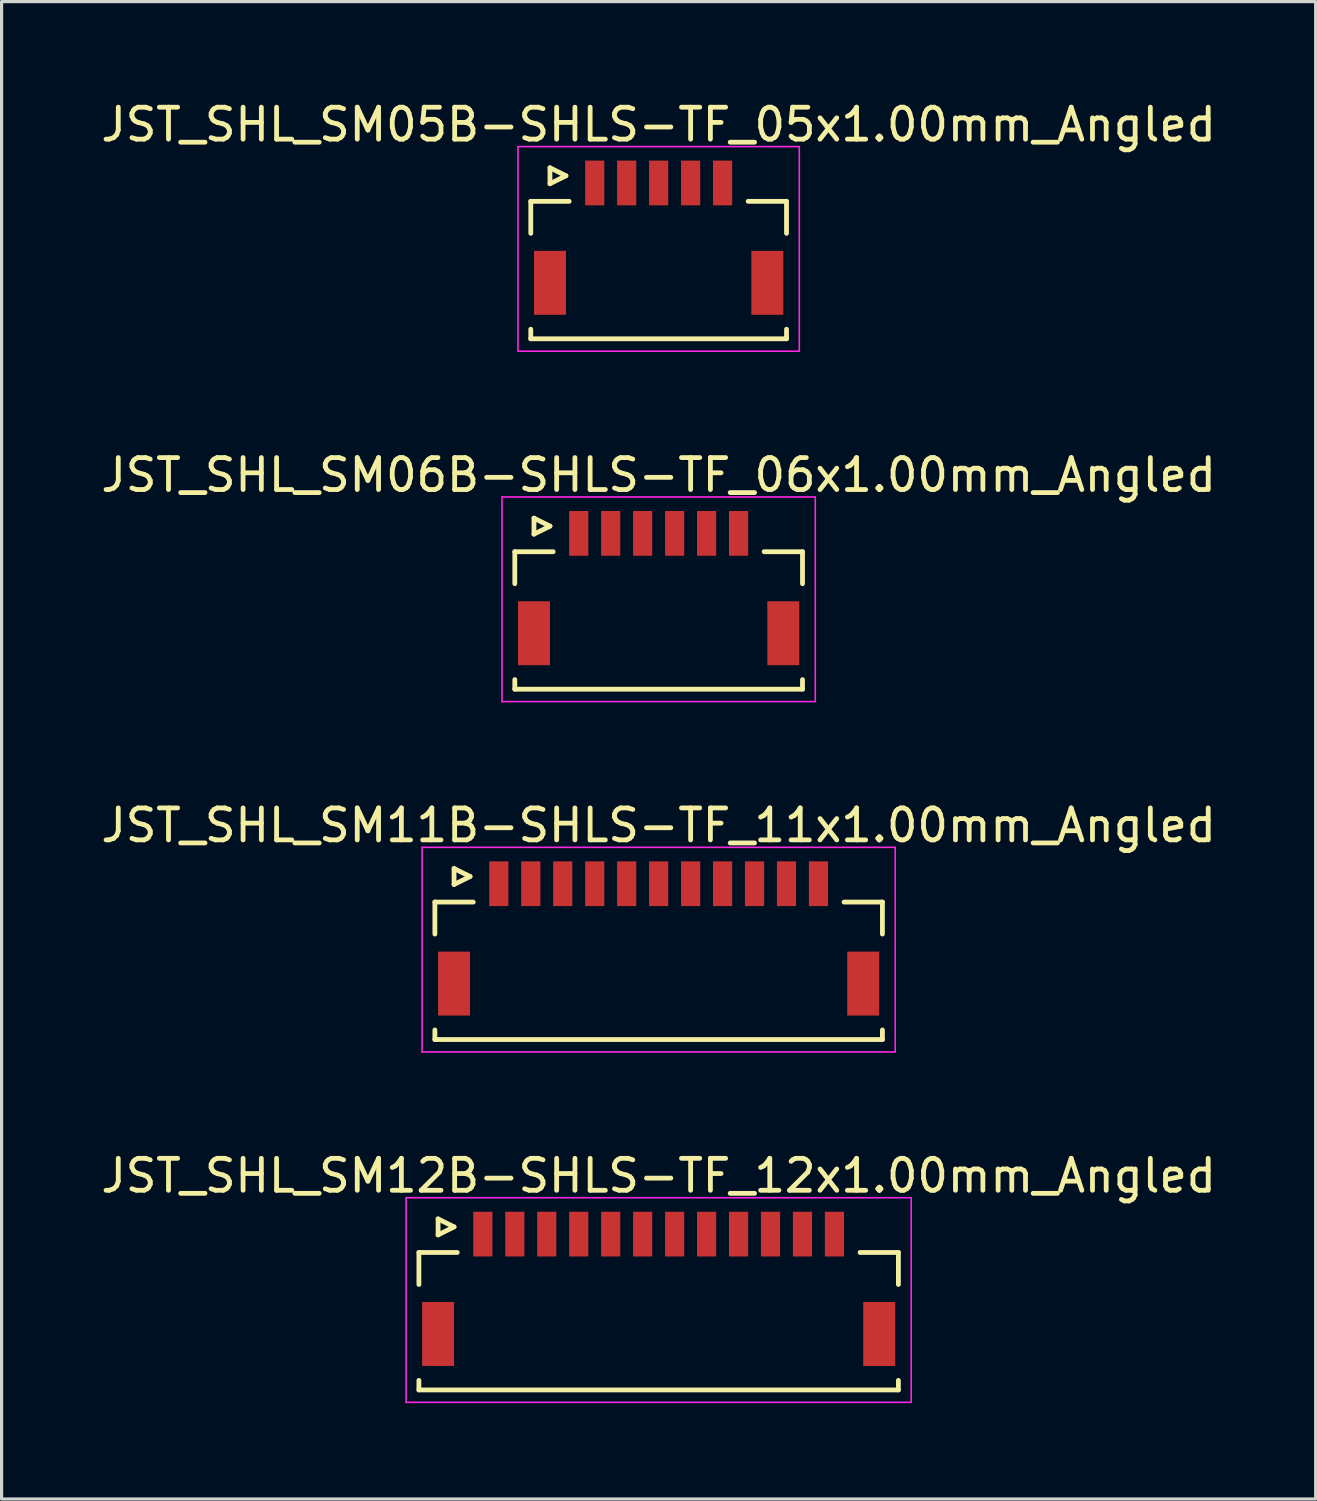
<source format=kicad_pcb>
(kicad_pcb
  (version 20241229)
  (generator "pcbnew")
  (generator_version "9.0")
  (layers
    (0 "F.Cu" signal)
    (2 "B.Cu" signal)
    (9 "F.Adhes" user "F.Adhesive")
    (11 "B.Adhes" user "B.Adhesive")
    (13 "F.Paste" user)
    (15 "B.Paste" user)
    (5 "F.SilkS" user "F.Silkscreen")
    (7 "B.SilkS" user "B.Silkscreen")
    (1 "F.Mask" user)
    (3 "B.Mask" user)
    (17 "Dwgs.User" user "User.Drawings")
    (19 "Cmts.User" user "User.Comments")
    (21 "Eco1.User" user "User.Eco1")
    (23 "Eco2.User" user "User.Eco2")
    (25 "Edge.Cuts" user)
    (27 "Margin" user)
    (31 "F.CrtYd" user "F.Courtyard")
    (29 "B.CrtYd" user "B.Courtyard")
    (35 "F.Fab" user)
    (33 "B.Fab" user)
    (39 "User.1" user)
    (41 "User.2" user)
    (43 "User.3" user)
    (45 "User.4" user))
  (footprint "JST_SHL_SM06B-SHLS-TF_06x1.00mm_Angled"
    (layer "F.Cu")
    (at 17.554 15.197)
    (property "Reference" "JST_SHL_SM06B-SHLS-TF_06x1.00mm_Angled" (at 0 -3.388 0) (layer "F.SilkS") (effects (font (size 1 1) (thickness 0.15))))
    (attr smd)
    (fp_line (start -4.5 -0.988) (end -3.3 -0.988) (stroke (width 0.15) (type solid)) (layer "F.SilkS"))
    (fp_line (start -4.5 0.013) (end -4.5 -0.988) (stroke (width 0.15) (type solid)) (layer "F.SilkS"))
    (fp_line (start -4.5 3.013) (end -4.5 3.312) (stroke (width 0.15) (type solid)) (layer "F.SilkS"))
    (fp_line (start -4.5 3.312) (end 4.5 3.312) (stroke (width 0.15) (type solid)) (layer "F.SilkS"))
    (fp_line (start -3.9 -2.038) (end -3.9 -1.538) (stroke (width 0.15) (type solid)) (layer "F.SilkS"))
    (fp_line (start -3.9 -1.538) (end -3.4 -1.788) (stroke (width 0.15) (type solid)) (layer "F.SilkS"))
    (fp_line (start -3.4 -1.788) (end -3.9 -2.038) (stroke (width 0.15) (type solid)) (layer "F.SilkS"))
    (fp_line (start 4.5 -0.988) (end 3.3 -0.988) (stroke (width 0.15) (type solid)) (layer "F.SilkS"))
    (fp_line (start 4.5 0.013) (end 4.5 -0.988) (stroke (width 0.15) (type solid)) (layer "F.SilkS"))
    (fp_line (start 4.5 3.312) (end 4.5 3.013) (stroke (width 0.15) (type solid)) (layer "F.SilkS"))
    (fp_line (start -4.9 -2.7) (end -4.9 3.7) (stroke (width 0.05) (type solid)) (layer "F.CrtYd"))
    (fp_line (start -4.9 3.7) (end 4.9 3.7) (stroke (width 0.05) (type solid)) (layer "F.CrtYd"))
    (fp_line (start 4.9 -2.7) (end -4.9 -2.7) (stroke (width 0.05) (type solid)) (layer "F.CrtYd"))
    (fp_line (start 4.9 3.7) (end 4.9 -2.7) (stroke (width 0.05) (type solid)) (layer "F.CrtYd"))
    (pad "" smd rect (at -3.9 1.562) (size 1 2) (layers "F.Cu" "F.Mask" "F.Paste"))
    (pad "" smd rect (at 3.9 1.562) (size 1 2) (layers "F.Cu" "F.Mask" "F.Paste"))
    (pad "1" smd rect (at -2.5 -1.562) (size 0.6 1.4) (layers "F.Cu" "F.Mask" "F.Paste"))
    (pad "2" smd rect (at -1.5 -1.562) (size 0.6 1.4) (layers "F.Cu" "F.Mask" "F.Paste"))
    (pad "3" smd rect (at -0.5 -1.562) (size 0.6 1.4) (layers "F.Cu" "F.Mask" "F.Paste"))
    (pad "4" smd rect (at 0.5 -1.562) (size 0.6 1.4) (layers "F.Cu" "F.Mask" "F.Paste"))
    (pad "5" smd rect (at 1.5 -1.562) (size 0.6 1.4) (layers "F.Cu" "F.Mask" "F.Paste"))
    (pad "6" smd rect (at 2.5 -1.562) (size 0.6 1.4) (layers "F.Cu" "F.Mask" "F.Paste")))
  (footprint "JST_SHL_SM12B-SHLS-TF_12x1.00mm_Angled"
    (layer "F.Cu")
    (at 17.554 37.118)
    (property "Reference" "JST_SHL_SM12B-SHLS-TF_12x1.00mm_Angled" (at 0 -3.388 0) (layer "F.SilkS") (effects (font (size 1 1) (thickness 0.15))))
    (attr smd)
    (fp_line (start -7.5 -0.988) (end -6.3 -0.988) (stroke (width 0.15) (type solid)) (layer "F.SilkS"))
    (fp_line (start -7.5 0.013) (end -7.5 -0.988) (stroke (width 0.15) (type solid)) (layer "F.SilkS"))
    (fp_line (start -7.5 3.013) (end -7.5 3.312) (stroke (width 0.15) (type solid)) (layer "F.SilkS"))
    (fp_line (start -7.5 3.312) (end 7.5 3.312) (stroke (width 0.15) (type solid)) (layer "F.SilkS"))
    (fp_line (start -6.9 -2.038) (end -6.9 -1.538) (stroke (width 0.15) (type solid)) (layer "F.SilkS"))
    (fp_line (start -6.9 -1.538) (end -6.4 -1.788) (stroke (width 0.15) (type solid)) (layer "F.SilkS"))
    (fp_line (start -6.4 -1.788) (end -6.9 -2.038) (stroke (width 0.15) (type solid)) (layer "F.SilkS"))
    (fp_line (start 7.5 -0.988) (end 6.3 -0.988) (stroke (width 0.15) (type solid)) (layer "F.SilkS"))
    (fp_line (start 7.5 0.013) (end 7.5 -0.988) (stroke (width 0.15) (type solid)) (layer "F.SilkS"))
    (fp_line (start 7.5 3.312) (end 7.5 3.013) (stroke (width 0.15) (type solid)) (layer "F.SilkS"))
    (fp_line (start -7.9 -2.7) (end -7.9 3.7) (stroke (width 0.05) (type solid)) (layer "F.CrtYd"))
    (fp_line (start -7.9 3.7) (end 7.9 3.7) (stroke (width 0.05) (type solid)) (layer "F.CrtYd"))
    (fp_line (start 7.9 -2.7) (end -7.9 -2.7) (stroke (width 0.05) (type solid)) (layer "F.CrtYd"))
    (fp_line (start 7.9 3.7) (end 7.9 -2.7) (stroke (width 0.05) (type solid)) (layer "F.CrtYd"))
    (pad "" smd rect (at -6.9 1.562) (size 1 2) (layers "F.Cu" "F.Mask" "F.Paste"))
    (pad "" smd rect (at 6.9 1.562) (size 1 2) (layers "F.Cu" "F.Mask" "F.Paste"))
    (pad "1" smd rect (at -5.5 -1.562) (size 0.6 1.4) (layers "F.Cu" "F.Mask" "F.Paste"))
    (pad "2" smd rect (at -4.5 -1.562) (size 0.6 1.4) (layers "F.Cu" "F.Mask" "F.Paste"))
    (pad "3" smd rect (at -3.5 -1.562) (size 0.6 1.4) (layers "F.Cu" "F.Mask" "F.Paste"))
    (pad "4" smd rect (at -2.5 -1.562) (size 0.6 1.4) (layers "F.Cu" "F.Mask" "F.Paste"))
    (pad "5" smd rect (at -1.5 -1.562) (size 0.6 1.4) (layers "F.Cu" "F.Mask" "F.Paste"))
    (pad "6" smd rect (at -0.5 -1.562) (size 0.6 1.4) (layers "F.Cu" "F.Mask" "F.Paste"))
    (pad "7" smd rect (at 0.5 -1.562) (size 0.6 1.4) (layers "F.Cu" "F.Mask" "F.Paste"))
    (pad "8" smd rect (at 1.5 -1.562) (size 0.6 1.4) (layers "F.Cu" "F.Mask" "F.Paste"))
    (pad "9" smd rect (at 2.5 -1.562) (size 0.6 1.4) (layers "F.Cu" "F.Mask" "F.Paste"))
    (pad "10" smd rect (at 3.5 -1.562) (size 0.6 1.4) (layers "F.Cu" "F.Mask" "F.Paste"))
    (pad "11" smd rect (at 4.5 -1.562) (size 0.6 1.4) (layers "F.Cu" "F.Mask" "F.Paste"))
    (pad "12" smd rect (at 5.5 -1.562) (size 0.6 1.4) (layers "F.Cu" "F.Mask" "F.Paste")))
  (footprint "JST_SHL_SM11B-SHLS-TF_11x1.00mm_Angled"
    (layer "F.Cu")
    (at 17.554 26.157)
    (property "Reference" "JST_SHL_SM11B-SHLS-TF_11x1.00mm_Angled" (at 0 -3.388 0) (layer "F.SilkS") (effects (font (size 1 1) (thickness 0.15))))
    (attr smd)
    (fp_line (start -7 -0.988) (end -5.8 -0.988) (stroke (width 0.15) (type solid)) (layer "F.SilkS"))
    (fp_line (start -7 0.013) (end -7 -0.988) (stroke (width 0.15) (type solid)) (layer "F.SilkS"))
    (fp_line (start -7 3.013) (end -7 3.312) (stroke (width 0.15) (type solid)) (layer "F.SilkS"))
    (fp_line (start -7 3.312) (end 7 3.312) (stroke (width 0.15) (type solid)) (layer "F.SilkS"))
    (fp_line (start -6.4 -2.038) (end -6.4 -1.538) (stroke (width 0.15) (type solid)) (layer "F.SilkS"))
    (fp_line (start -6.4 -1.538) (end -5.9 -1.788) (stroke (width 0.15) (type solid)) (layer "F.SilkS"))
    (fp_line (start -5.9 -1.788) (end -6.4 -2.038) (stroke (width 0.15) (type solid)) (layer "F.SilkS"))
    (fp_line (start 7 -0.988) (end 5.8 -0.988) (stroke (width 0.15) (type solid)) (layer "F.SilkS"))
    (fp_line (start 7 0.013) (end 7 -0.988) (stroke (width 0.15) (type solid)) (layer "F.SilkS"))
    (fp_line (start 7 3.312) (end 7 3.013) (stroke (width 0.15) (type solid)) (layer "F.SilkS"))
    (fp_line (start -7.4 -2.7) (end -7.4 3.7) (stroke (width 0.05) (type solid)) (layer "F.CrtYd"))
    (fp_line (start -7.4 3.7) (end 7.4 3.7) (stroke (width 0.05) (type solid)) (layer "F.CrtYd"))
    (fp_line (start 7.4 -2.7) (end -7.4 -2.7) (stroke (width 0.05) (type solid)) (layer "F.CrtYd"))
    (fp_line (start 7.4 3.7) (end 7.4 -2.7) (stroke (width 0.05) (type solid)) (layer "F.CrtYd"))
    (pad "" smd rect (at -6.4 1.562) (size 1 2) (layers "F.Cu" "F.Mask" "F.Paste"))
    (pad "" smd rect (at 6.4 1.562) (size 1 2) (layers "F.Cu" "F.Mask" "F.Paste"))
    (pad "1" smd rect (at -5 -1.562) (size 0.6 1.4) (layers "F.Cu" "F.Mask" "F.Paste"))
    (pad "2" smd rect (at -4 -1.562) (size 0.6 1.4) (layers "F.Cu" "F.Mask" "F.Paste"))
    (pad "3" smd rect (at -3 -1.562) (size 0.6 1.4) (layers "F.Cu" "F.Mask" "F.Paste"))
    (pad "4" smd rect (at -2 -1.562) (size 0.6 1.4) (layers "F.Cu" "F.Mask" "F.Paste"))
    (pad "5" smd rect (at -1 -1.562) (size 0.6 1.4) (layers "F.Cu" "F.Mask" "F.Paste"))
    (pad "6" smd rect (at 0 -1.562) (size 0.6 1.4) (layers "F.Cu" "F.Mask" "F.Paste"))
    (pad "7" smd rect (at 1 -1.562) (size 0.6 1.4) (layers "F.Cu" "F.Mask" "F.Paste"))
    (pad "8" smd rect (at 2 -1.562) (size 0.6 1.4) (layers "F.Cu" "F.Mask" "F.Paste"))
    (pad "9" smd rect (at 3 -1.562) (size 0.6 1.4) (layers "F.Cu" "F.Mask" "F.Paste"))
    (pad "10" smd rect (at 4 -1.562) (size 0.6 1.4) (layers "F.Cu" "F.Mask" "F.Paste"))
    (pad "11" smd rect (at 5 -1.562) (size 0.6 1.4) (layers "F.Cu" "F.Mask" "F.Paste")))
  (footprint "JST_SHL_SM05B-SHLS-TF_05x1.00mm_Angled"
    (layer "F.Cu")
    (at 17.554 4.236)
    (property "Reference" "JST_SHL_SM05B-SHLS-TF_05x1.00mm_Angled" (at 0 -3.388 0) (layer "F.SilkS") (effects (font (size 1 1) (thickness 0.15))))
    (attr smd)
    (fp_line (start -4 -0.988) (end -2.8 -0.988) (stroke (width 0.15) (type solid)) (layer "F.SilkS"))
    (fp_line (start -4 0.013) (end -4 -0.988) (stroke (width 0.15) (type solid)) (layer "F.SilkS"))
    (fp_line (start -4 3.013) (end -4 3.312) (stroke (width 0.15) (type solid)) (layer "F.SilkS"))
    (fp_line (start -4 3.312) (end 4 3.312) (stroke (width 0.15) (type solid)) (layer "F.SilkS"))
    (fp_line (start -3.4 -2.038) (end -3.4 -1.538) (stroke (width 0.15) (type solid)) (layer "F.SilkS"))
    (fp_line (start -3.4 -1.538) (end -2.9 -1.788) (stroke (width 0.15) (type solid)) (layer "F.SilkS"))
    (fp_line (start -2.9 -1.788) (end -3.4 -2.038) (stroke (width 0.15) (type solid)) (layer "F.SilkS"))
    (fp_line (start 4 -0.988) (end 2.8 -0.988) (stroke (width 0.15) (type solid)) (layer "F.SilkS"))
    (fp_line (start 4 0.013) (end 4 -0.988) (stroke (width 0.15) (type solid)) (layer "F.SilkS"))
    (fp_line (start 4 3.312) (end 4 3.013) (stroke (width 0.15) (type solid)) (layer "F.SilkS"))
    (fp_line (start -4.4 -2.7) (end -4.4 3.7) (stroke (width 0.05) (type solid)) (layer "F.CrtYd"))
    (fp_line (start -4.4 3.7) (end 4.4 3.7) (stroke (width 0.05) (type solid)) (layer "F.CrtYd"))
    (fp_line (start 4.4 -2.7) (end -4.4 -2.7) (stroke (width 0.05) (type solid)) (layer "F.CrtYd"))
    (fp_line (start 4.4 3.7) (end 4.4 -2.7) (stroke (width 0.05) (type solid)) (layer "F.CrtYd"))
    (pad "" smd rect (at -3.4 1.562) (size 1 2) (layers "F.Cu" "F.Mask" "F.Paste"))
    (pad "" smd rect (at 3.4 1.562) (size 1 2) (layers "F.Cu" "F.Mask" "F.Paste"))
    (pad "1" smd rect (at -2 -1.562) (size 0.6 1.4) (layers "F.Cu" "F.Mask" "F.Paste"))
    (pad "2" smd rect (at -1 -1.562) (size 0.6 1.4) (layers "F.Cu" "F.Mask" "F.Paste"))
    (pad "3" smd rect (at 0 -1.562) (size 0.6 1.4) (layers "F.Cu" "F.Mask" "F.Paste"))
    (pad "4" smd rect (at 1 -1.562) (size 0.6 1.4) (layers "F.Cu" "F.Mask" "F.Paste"))
    (pad "5" smd rect (at 2 -1.562) (size 0.6 1.4) (layers "F.Cu" "F.Mask" "F.Paste")))
  (gr_rect
    (start -3 -3)
    (end 38.107 43.843)
    (stroke (width 0.1) (type default))
    (fill no)
    (layer "Edge.Cuts")))
</source>
